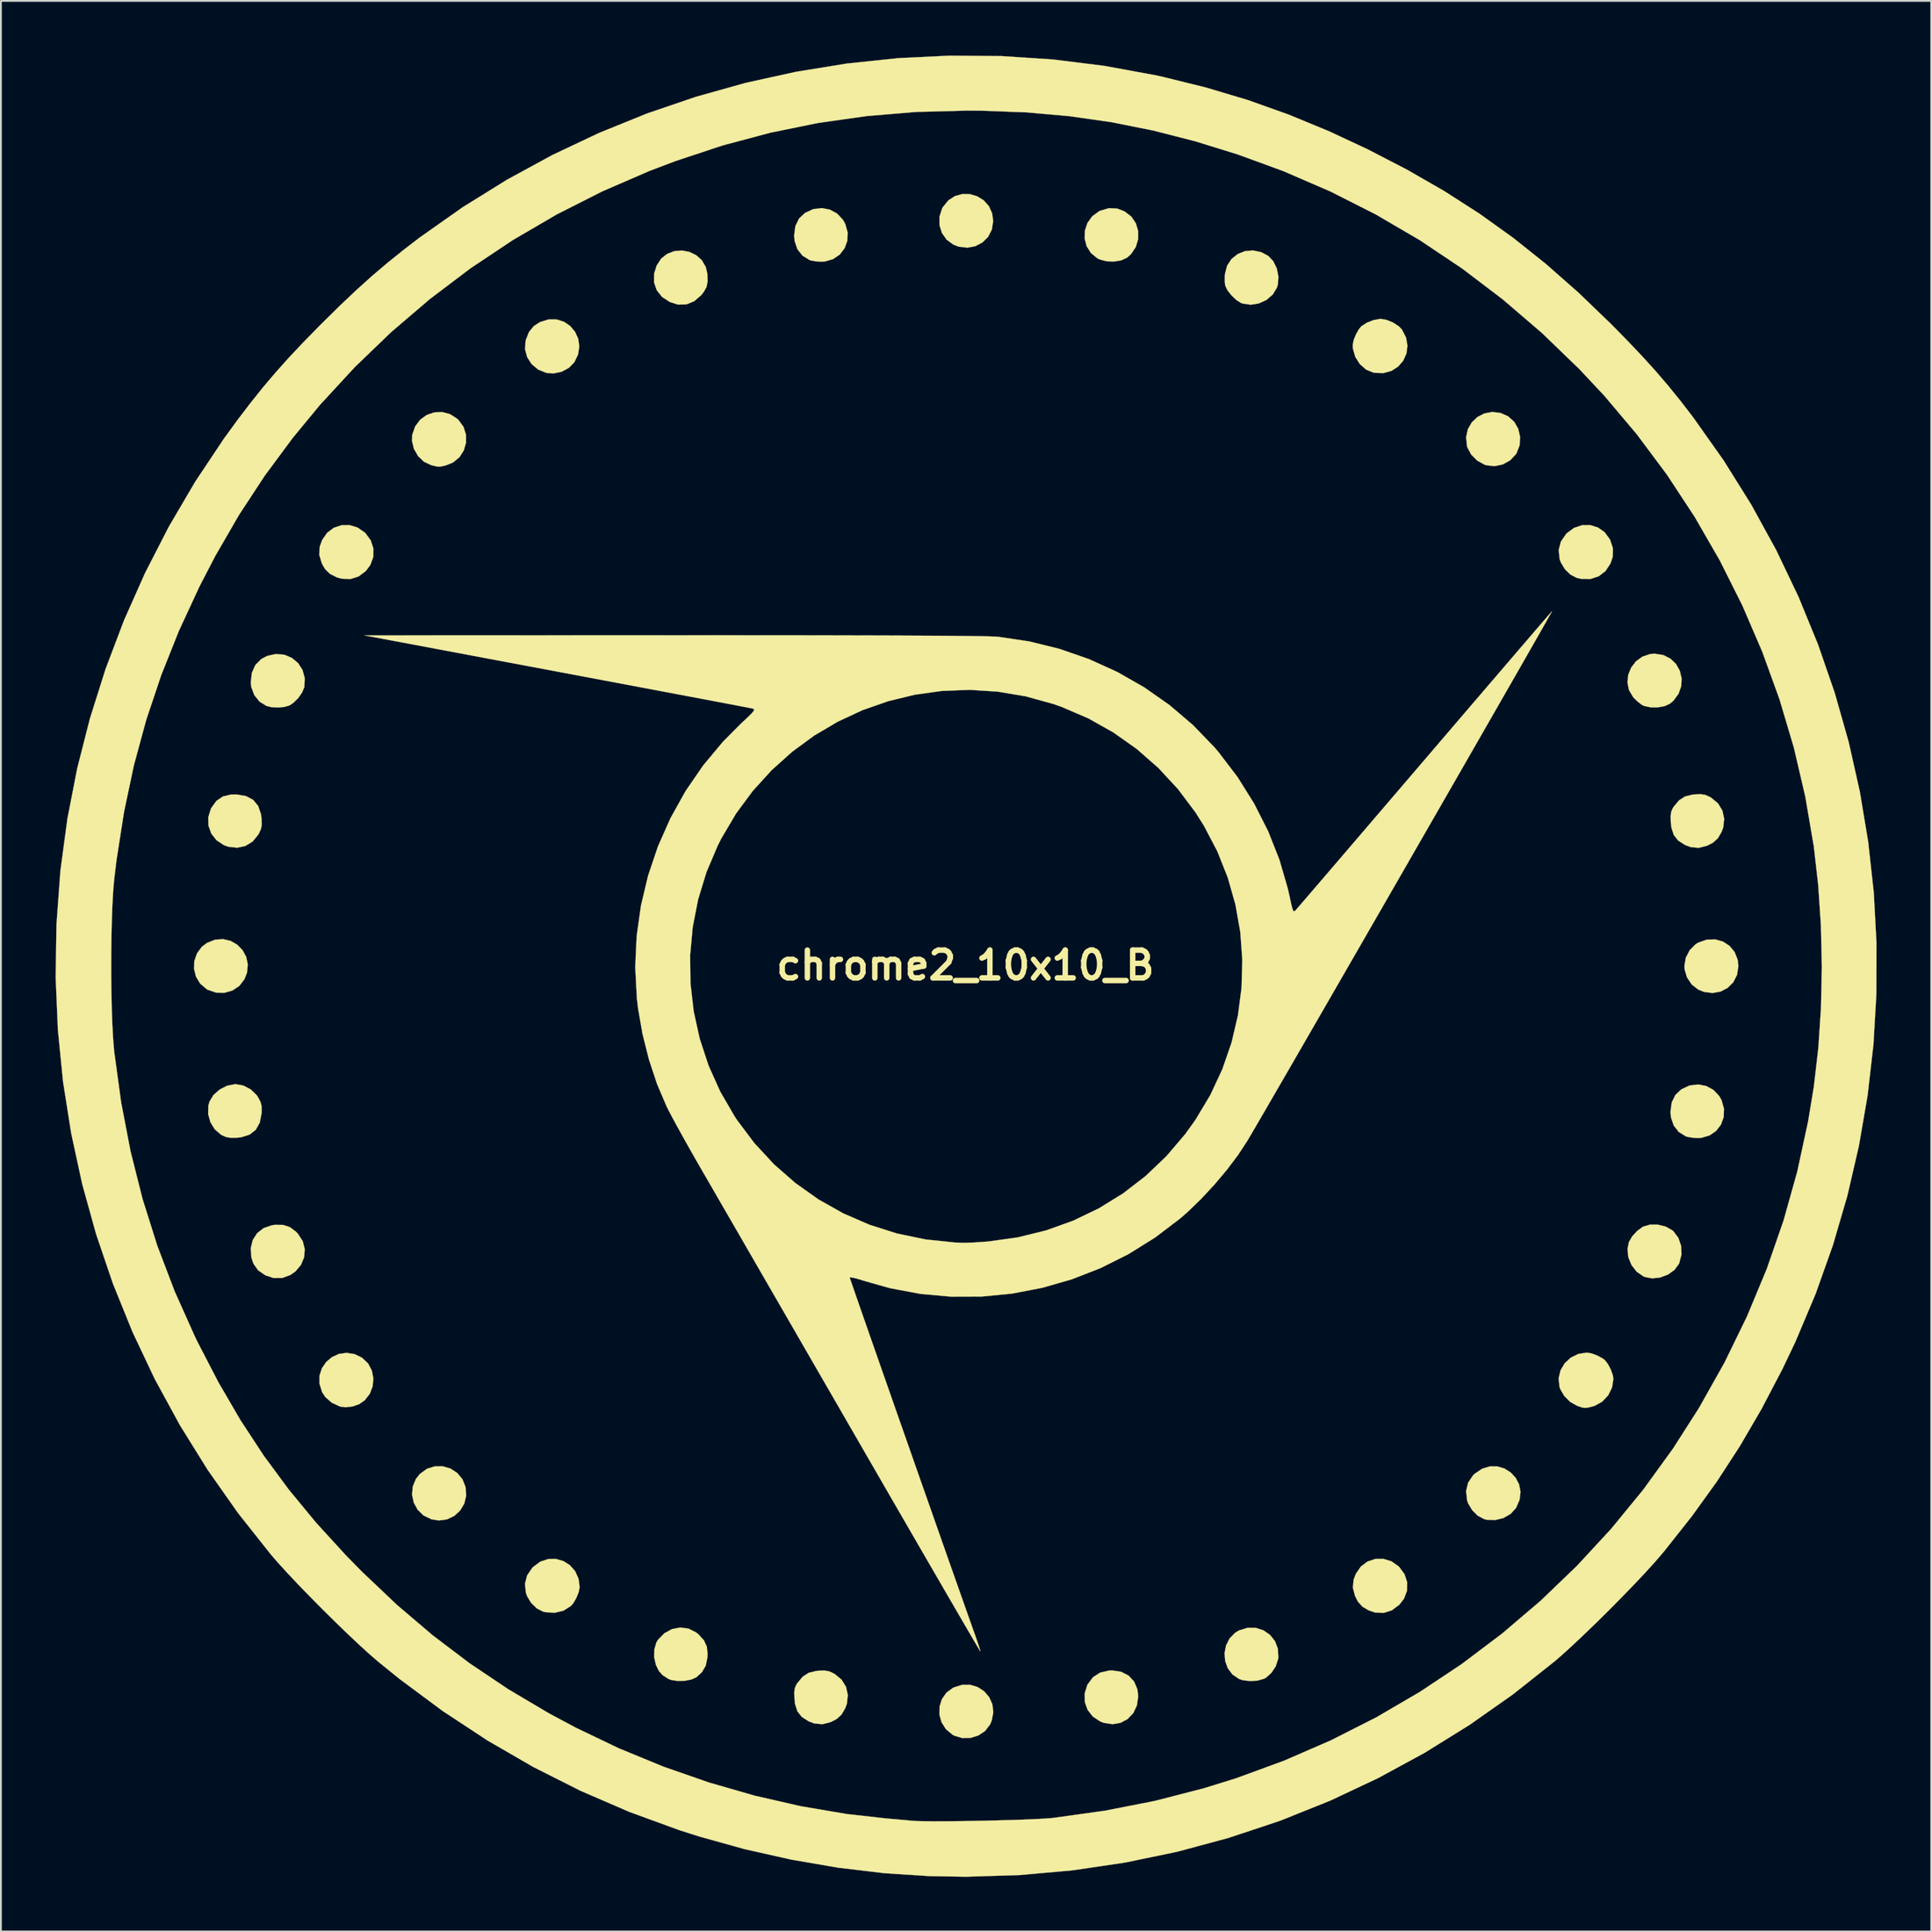
<source format=kicad_pcb>
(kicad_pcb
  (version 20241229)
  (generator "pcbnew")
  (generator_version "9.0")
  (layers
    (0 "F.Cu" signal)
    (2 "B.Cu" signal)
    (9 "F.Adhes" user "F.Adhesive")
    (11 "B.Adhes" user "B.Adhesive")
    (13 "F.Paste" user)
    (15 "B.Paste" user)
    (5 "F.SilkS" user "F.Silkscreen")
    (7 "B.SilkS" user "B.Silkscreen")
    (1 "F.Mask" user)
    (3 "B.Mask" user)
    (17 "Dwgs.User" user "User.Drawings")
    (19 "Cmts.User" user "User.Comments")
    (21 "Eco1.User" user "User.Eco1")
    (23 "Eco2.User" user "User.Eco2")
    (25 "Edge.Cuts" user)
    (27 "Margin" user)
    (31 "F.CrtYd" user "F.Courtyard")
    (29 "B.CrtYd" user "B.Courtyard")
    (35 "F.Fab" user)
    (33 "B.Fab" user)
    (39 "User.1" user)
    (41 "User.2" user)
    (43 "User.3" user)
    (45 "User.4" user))
  (footprint "chrome2_10x10_B"
    (layer "F.Cu")
    (at 49.927 49.923)
    (property "Reference" "chrome2_10x10_B" (at 0 0 0) (layer "F.SilkS") (effects (font (size 1.524 1.524) (thickness 0.3))))
    (attr through_hole)
    (fp_poly (pts (xy -28.258 27.615) (xy -27.888 27.855) (xy -27.6 28.202) (xy -27.433 28.615) (xy -27.394 29.096) (xy -27.499 29.537) (xy -27.725 29.917) (xy -28.048 30.213) (xy -28.446 30.403) (xy -28.895 30.465) (xy -29.302 30.399) (xy -29.733 30.19) (xy -30.059 29.874) (xy -30.272 29.484) (xy -30.364 29.052) (xy -30.328 28.609) (xy -30.155 28.187) (xy -29.936 27.91) (xy -29.55 27.63) (xy -29.121 27.494) (xy -28.68 27.492) (xy -28.258 27.615)) (stroke (width 0.01) (type solid)) (fill yes) (layer "F.SilkS"))
    (fp_poly (pts (xy -40.323 -1.341) (xy -39.961 -1.134) (xy -39.67 -0.837) (xy -39.469 -0.469) (xy -39.38 -0.051) (xy -39.422 0.397) (xy -39.565 0.765) (xy -39.848 1.133) (xy -40.226 1.383) (xy -40.663 1.508) (xy -41.124 1.497) (xy -41.573 1.342) (xy -41.636 1.306) (xy -41.992 1.004) (xy -42.222 0.623) (xy -42.328 0.196) (xy -42.309 -0.243) (xy -42.166 -0.659) (xy -41.898 -1.019) (xy -41.628 -1.224) (xy -41.177 -1.406) (xy -40.735 -1.438) (xy -40.323 -1.341)) (stroke (width 0.01) (type solid)) (fill yes) (layer "F.SilkS"))
    (fp_poly (pts (xy -37.439 14.247) (xy -37.075 14.363) (xy -36.746 14.609) (xy -36.624 14.737) (xy -36.364 15.138) (xy -36.254 15.575) (xy -36.288 16.018) (xy -36.46 16.435) (xy -36.765 16.797) (xy -37.044 16.994) (xy -37.496 17.158) (xy -37.971 17.157) (xy -38.418 17.009) (xy -38.814 16.735) (xy -39.073 16.366) (xy -39.181 16.036) (xy -39.217 15.526) (xy -39.106 15.071) (xy -38.864 14.695) (xy -38.506 14.418) (xy -38.049 14.262) (xy -37.892 14.242) (xy -37.439 14.247)) (stroke (width 0.01) (type solid)) (fill yes) (layer "F.SilkS"))
    (fp_poly (pts (xy -33.515 21.337) (xy -33.112 21.533) (xy -32.78 21.845) (xy -32.573 22.233) (xy -32.49 22.664) (xy -32.528 23.102) (xy -32.685 23.514) (xy -32.958 23.864) (xy -33.274 24.084) (xy -33.628 24.207) (xy -34.01 24.251) (xy -34.31 24.215) (xy -34.766 24.005) (xy -35.126 23.69) (xy -35.3 23.423) (xy -35.445 22.959) (xy -35.443 22.517) (xy -35.314 22.114) (xy -35.079 21.769) (xy -34.761 21.5) (xy -34.38 21.326) (xy -33.957 21.266) (xy -33.515 21.337)) (stroke (width 0.01) (type solid)) (fill yes) (layer "F.SilkS"))
    (fp_poly (pts (xy -33.355 -24.024) (xy -32.955 -23.745) (xy -32.925 -23.717) (xy -32.629 -23.313) (xy -32.486 -22.867) (xy -32.494 -22.409) (xy -32.656 -21.967) (xy -32.902 -21.64) (xy -33.301 -21.338) (xy -33.748 -21.197) (xy -34.236 -21.219) (xy -34.486 -21.289) (xy -34.872 -21.48) (xy -35.148 -21.757) (xy -35.316 -22.056) (xy -35.455 -22.521) (xy -35.431 -22.975) (xy -35.299 -23.341) (xy -35.023 -23.738) (xy -34.659 -24.01) (xy -34.238 -24.152) (xy -33.793 -24.158) (xy -33.355 -24.024)) (stroke (width 0.01) (type solid)) (fill yes) (layer "F.SilkS"))
    (fp_poly (pts (xy -22.432 -35.444) (xy -22.03 -35.316) (xy -21.686 -35.082) (xy -21.419 -34.763) (xy -21.247 -34.381) (xy -21.188 -33.957) (xy -21.259 -33.511) (xy -21.459 -33.097) (xy -21.758 -32.787) (xy -22.155 -32.575) (xy -22.6 -32.481) (xy -22.987 -32.509) (xy -23.438 -32.689) (xy -23.797 -32.985) (xy -24.046 -33.367) (xy -24.165 -33.804) (xy -24.135 -34.268) (xy -24.125 -34.31) (xy -23.948 -34.757) (xy -23.68 -35.083) (xy -23.341 -35.299) (xy -22.875 -35.445) (xy -22.432 -35.444)) (stroke (width 0.01) (type solid)) (fill yes) (layer "F.SilkS"))
    (fp_poly (pts (xy -15.143 -39.148) (xy -14.77 -38.968) (xy -14.462 -38.69) (xy -14.246 -38.318) (xy -14.16 -37.942) (xy -14.146 -37.534) (xy -14.208 -37.221) (xy -14.366 -36.94) (xy -14.499 -36.777) (xy -14.888 -36.441) (xy -15.317 -36.269) (xy -15.779 -36.261) (xy -16.214 -36.397) (xy -16.644 -36.677) (xy -16.937 -37.045) (xy -17.085 -37.479) (xy -17.081 -37.958) (xy -16.941 -38.405) (xy -16.688 -38.789) (xy -16.351 -39.05) (xy -15.962 -39.194) (xy -15.55 -39.225) (xy -15.143 -39.148)) (stroke (width 0.01) (type solid)) (fill yes) (layer "F.SilkS"))
    (fp_poly (pts (xy 0.249 -42.318) (xy 0.648 -42.201) (xy 1.002 -41.981) (xy 1.285 -41.666) (xy 1.468 -41.264) (xy 1.524 -40.841) (xy 1.449 -40.37) (xy 1.242 -39.972) (xy 0.929 -39.664) (xy 0.538 -39.462) (xy 0.096 -39.381) (xy -0.37 -39.438) (xy -0.658 -39.549) (xy -1.03 -39.821) (xy -1.288 -40.19) (xy -1.422 -40.622) (xy -1.423 -41.08) (xy -1.279 -41.528) (xy -1.236 -41.607) (xy -0.936 -41.977) (xy -0.57 -42.214) (xy -0.166 -42.325) (xy 0.249 -42.318)) (stroke (width 0.01) (type solid)) (fill yes) (layer "F.SilkS"))
    (fp_poly (pts (xy 8.547 38.767) (xy 8.955 38.976) (xy 9.258 39.304) (xy 9.439 39.732) (xy 9.483 40.116) (xy 9.41 40.618) (xy 9.209 41.038) (xy 8.904 41.359) (xy 8.518 41.566) (xy 8.076 41.642) (xy 7.602 41.572) (xy 7.399 41.494) (xy 6.993 41.225) (xy 6.708 40.859) (xy 6.554 40.429) (xy 6.543 39.966) (xy 6.685 39.503) (xy 6.709 39.455) (xy 7.002 39.065) (xy 7.389 38.815) (xy 7.874 38.702) (xy 8.052 38.694) (xy 8.547 38.767)) (stroke (width 0.01) (type solid)) (fill yes) (layer "F.SilkS"))
    (fp_poly (pts (xy 23.372 32.702) (xy 23.772 32.981) (xy 23.801 33.01) (xy 24.099 33.414) (xy 24.243 33.858) (xy 24.233 34.314) (xy 24.07 34.752) (xy 23.811 35.089) (xy 23.401 35.393) (xy 22.952 35.536) (xy 22.478 35.515) (xy 22.14 35.401) (xy 21.79 35.196) (xy 21.547 34.93) (xy 21.382 34.607) (xy 21.264 34.157) (xy 21.303 33.717) (xy 21.428 33.386) (xy 21.704 32.989) (xy 22.068 32.717) (xy 22.488 32.575) (xy 22.933 32.569) (xy 23.372 32.702)) (stroke (width 0.01) (type solid)) (fill yes) (layer "F.SilkS"))
    (fp_poly (pts (xy 41.568 -1.304) (xy 41.935 -1.066) (xy 42.215 -0.724) (xy 42.382 -0.295) (xy 42.418 0.042) (xy 42.344 0.523) (xy 42.138 0.927) (xy 41.828 1.237) (xy 41.439 1.44) (xy 40.999 1.519) (xy 40.533 1.459) (xy 40.213 1.329) (xy 39.856 1.05) (xy 39.598 0.663) (xy 39.466 0.216) (xy 39.455 0.042) (xy 39.532 -0.416) (xy 39.746 -0.831) (xy 40.07 -1.155) (xy 40.213 -1.244) (xy 40.681 -1.409) (xy 41.141 -1.424) (xy 41.568 -1.304)) (stroke (width 0.01) (type solid)) (fill yes) (layer "F.SilkS"))
    (fp_poly (pts (xy -37.369 -17.042) (xy -36.958 -16.868) (xy -36.62 -16.585) (xy -36.378 -16.211) (xy -36.256 -15.766) (xy -36.274 -15.281) (xy -36.395 -14.976) (xy -36.621 -14.657) (xy -36.904 -14.385) (xy -37.092 -14.262) (xy -37.368 -14.18) (xy -37.727 -14.148) (xy -38.091 -14.17) (xy -38.354 -14.234) (xy -38.738 -14.474) (xy -39.023 -14.83) (xy -39.186 -15.265) (xy -39.214 -15.523) (xy -39.157 -16.049) (xy -38.964 -16.48) (xy -38.643 -16.806) (xy -38.314 -16.979) (xy -37.829 -17.085) (xy -37.369 -17.042)) (stroke (width 0.01) (type solid)) (fill yes) (layer "F.SilkS"))
    (fp_poly (pts (xy -7.437 -41.469) (xy -7.037 -41.251) (xy -6.717 -40.908) (xy -6.595 -40.689) (xy -6.462 -40.218) (xy -6.479 -39.762) (xy -6.63 -39.349) (xy -6.896 -39.004) (xy -7.262 -38.754) (xy -7.71 -38.625) (xy -7.924 -38.613) (xy -8.219 -38.634) (xy -8.476 -38.679) (xy -8.551 -38.703) (xy -8.943 -38.945) (xy -9.221 -39.302) (xy -9.373 -39.753) (xy -9.398 -40.051) (xy -9.33 -40.567) (xy -9.127 -40.982) (xy -8.798 -41.29) (xy -8.349 -41.497) (xy -7.885 -41.554) (xy -7.437 -41.469)) (stroke (width 0.01) (type solid)) (fill yes) (layer "F.SilkS"))
    (fp_poly (pts (xy 0.682 39.609) (xy 1.035 39.843) (xy 1.307 40.164) (xy 1.48 40.552) (xy 1.532 40.986) (xy 1.445 41.446) (xy 1.355 41.656) (xy 1.085 42.011) (xy 0.714 42.261) (xy 0.282 42.396) (xy -0.171 42.404) (xy -0.607 42.274) (xy -0.71 42.218) (xy -1.072 41.913) (xy -1.311 41.533) (xy -1.426 41.111) (xy -1.419 40.679) (xy -1.29 40.268) (xy -1.041 39.912) (xy -0.672 39.642) (xy -0.652 39.632) (xy -0.181 39.483) (xy 0.27 39.483) (xy 0.682 39.609)) (stroke (width 0.01) (type solid)) (fill yes) (layer "F.SilkS"))
    (fp_poly (pts (xy 8.332 -41.527) (xy 8.729 -41.374) (xy 9.102 -41.091) (xy 9.353 -40.722) (xy 9.48 -40.3) (xy 9.48 -39.856) (xy 9.353 -39.424) (xy 9.095 -39.037) (xy 8.868 -38.831) (xy 8.553 -38.686) (xy 8.153 -38.621) (xy 7.731 -38.639) (xy 7.352 -38.742) (xy 7.245 -38.795) (xy 6.885 -39.092) (xy 6.652 -39.467) (xy 6.544 -39.887) (xy 6.559 -40.32) (xy 6.695 -40.733) (xy 6.951 -41.095) (xy 7.323 -41.373) (xy 7.399 -41.409) (xy 7.874 -41.55) (xy 8.332 -41.527)) (stroke (width 0.01) (type solid)) (fill yes) (layer "F.SilkS"))
    (fp_poly (pts (xy 29.194 27.498) (xy 29.583 27.615) (xy 29.925 27.831) (xy 30.199 28.127) (xy 30.385 28.488) (xy 30.462 28.896) (xy 30.41 29.335) (xy 30.215 29.777) (xy 29.922 30.101) (xy 29.527 30.328) (xy 29.076 30.441) (xy 28.613 30.425) (xy 28.47 30.39) (xy 28.121 30.206) (xy 27.813 29.903) (xy 27.59 29.53) (xy 27.528 29.347) (xy 27.477 28.844) (xy 27.587 28.389) (xy 27.854 27.992) (xy 27.945 27.903) (xy 28.355 27.625) (xy 28.778 27.496) (xy 29.194 27.498)) (stroke (width 0.01) (type solid)) (fill yes) (layer "F.SilkS"))
    (fp_poly (pts (xy 29.357 -30.314) (xy 29.777 -30.13) (xy 30.114 -29.83) (xy 30.338 -29.437) (xy 30.44 -28.992) (xy 30.412 -28.535) (xy 30.246 -28.106) (xy 30.211 -28.051) (xy 29.893 -27.711) (xy 29.486 -27.486) (xy 29.035 -27.392) (xy 28.582 -27.443) (xy 28.501 -27.469) (xy 28.087 -27.696) (xy 27.755 -28.028) (xy 27.546 -28.422) (xy 27.523 -28.499) (xy 27.477 -28.983) (xy 27.573 -29.421) (xy 27.788 -29.795) (xy 28.098 -30.089) (xy 28.479 -30.285) (xy 28.907 -30.366) (xy 29.357 -30.314)) (stroke (width 0.01) (type solid)) (fill yes) (layer "F.SilkS"))
    (fp_poly (pts (xy 34.712 -24.026) (xy 35.081 -23.764) (xy 35.365 -23.377) (xy 35.383 -23.341) (xy 35.535 -22.874) (xy 35.523 -22.42) (xy 35.401 -22.056) (xy 35.125 -21.636) (xy 34.753 -21.349) (xy 34.305 -21.203) (xy 33.801 -21.206) (xy 33.55 -21.261) (xy 33.205 -21.439) (xy 32.899 -21.736) (xy 32.675 -22.106) (xy 32.607 -22.304) (xy 32.559 -22.797) (xy 32.676 -23.25) (xy 32.957 -23.662) (xy 33.01 -23.717) (xy 33.406 -24.007) (xy 33.843 -24.153) (xy 34.288 -24.157) (xy 34.712 -24.026)) (stroke (width 0.01) (type solid)) (fill yes) (layer "F.SilkS"))
    (fp_poly (pts (xy 40.654 6.622) (xy 41.053 6.84) (xy 41.373 7.182) (xy 41.495 7.402) (xy 41.628 7.873) (xy 41.611 8.328) (xy 41.461 8.742) (xy 41.195 9.087) (xy 40.829 9.337) (xy 40.381 9.466) (xy 40.167 9.477) (xy 39.872 9.457) (xy 39.615 9.411) (xy 39.539 9.388) (xy 39.148 9.146) (xy 38.869 8.789) (xy 38.717 8.337) (xy 38.693 8.039) (xy 38.76 7.523) (xy 38.964 7.108) (xy 39.293 6.801) (xy 39.741 6.594) (xy 40.206 6.537) (xy 40.654 6.622)) (stroke (width 0.01) (type solid)) (fill yes) (layer "F.SilkS"))
    (fp_poly (pts (xy -39.473 -9.286) (xy -39.082 -9.076) (xy -38.81 -8.745) (xy -38.656 -8.294) (xy -38.625 -8.048) (xy -38.615 -7.725) (xy -38.655 -7.486) (xy -38.761 -7.249) (xy -38.809 -7.166) (xy -39.118 -6.791) (xy -39.512 -6.551) (xy -39.963 -6.453) (xy -40.441 -6.506) (xy -40.692 -6.597) (xy -41.098 -6.866) (xy -41.383 -7.232) (xy -41.536 -7.662) (xy -41.548 -8.125) (xy -41.406 -8.588) (xy -41.381 -8.636) (xy -41.102 -9.022) (xy -40.747 -9.265) (xy -40.299 -9.373) (xy -39.985 -9.376) (xy -39.473 -9.286)) (stroke (width 0.01) (type solid)) (fill yes) (layer "F.SilkS"))
    (fp_poly (pts (xy -22.063 32.691) (xy -21.701 32.92) (xy -21.414 33.249) (xy -21.228 33.666) (xy -21.169 34.121) (xy -21.22 34.389) (xy -21.347 34.708) (xy -21.513 34.999) (xy -21.645 35.155) (xy -22.06 35.415) (xy -22.542 35.531) (xy -23.056 35.496) (xy -23.177 35.465) (xy -23.521 35.288) (xy -23.828 34.99) (xy -24.052 34.62) (xy -24.12 34.423) (xy -24.167 33.929) (xy -24.05 33.477) (xy -23.769 33.065) (xy -23.717 33.01) (xy -23.326 32.722) (xy -22.902 32.581) (xy -22.472 32.574) (xy -22.063 32.691)) (stroke (width 0.01) (type solid)) (fill yes) (layer "F.SilkS"))
    (fp_poly (pts (xy 15.936 36.358) (xy 16.356 36.493) (xy 16.714 36.741) (xy 16.986 37.083) (xy 17.147 37.502) (xy 17.171 37.979) (xy 17.159 38.074) (xy 17.031 38.46) (xy 16.799 38.817) (xy 16.505 39.085) (xy 16.399 39.145) (xy 16.04 39.249) (xy 15.615 39.276) (xy 15.21 39.226) (xy 15.028 39.166) (xy 14.658 38.918) (xy 14.4 38.577) (xy 14.255 38.175) (xy 14.222 37.746) (xy 14.302 37.323) (xy 14.496 36.938) (xy 14.802 36.625) (xy 15.012 36.499) (xy 15.48 36.354) (xy 15.936 36.358)) (stroke (width 0.01) (type solid)) (fill yes) (layer "F.SilkS"))
    (fp_poly (pts (xy -28.276 -30.245) (xy -27.877 -29.985) (xy -27.816 -29.927) (xy -27.54 -29.545) (xy -27.406 -29.118) (xy -27.404 -28.678) (xy -27.526 -28.257) (xy -27.762 -27.887) (xy -28.105 -27.6) (xy -28.491 -27.441) (xy -28.731 -27.383) (xy -28.891 -27.363) (xy -29.051 -27.382) (xy -29.287 -27.441) (xy -29.323 -27.451) (xy -29.714 -27.637) (xy -30.035 -27.946) (xy -30.261 -28.338) (xy -30.368 -28.774) (xy -30.353 -29.118) (xy -30.192 -29.578) (xy -29.918 -29.942) (xy -29.56 -30.2) (xy -29.147 -30.343) (xy -28.709 -30.361) (xy -28.276 -30.245)) (stroke (width 0.01) (type solid)) (fill yes) (layer "F.SilkS"))
    (fp_poly (pts (xy 37.999 14.232) (xy 38.428 14.338) (xy 38.791 14.539) (xy 38.849 14.589) (xy 39.125 14.956) (xy 39.276 15.4) (xy 39.294 15.877) (xy 39.171 16.343) (xy 39.153 16.382) (xy 38.908 16.715) (xy 38.552 16.969) (xy 38.13 17.129) (xy 37.689 17.178) (xy 37.275 17.1) (xy 37.211 17.073) (xy 36.836 16.813) (xy 36.553 16.448) (xy 36.379 16.019) (xy 36.333 15.567) (xy 36.412 15.182) (xy 36.589 14.876) (xy 36.862 14.577) (xy 37.169 14.352) (xy 37.186 14.343) (xy 37.564 14.231) (xy 37.999 14.232)) (stroke (width 0.01) (type solid)) (fill yes) (layer "F.SilkS"))
    (fp_poly (pts (xy 38.3 -17.026) (xy 38.695 -16.827) (xy 38.999 -16.53) (xy 39.204 -16.162) (xy 39.301 -15.751) (xy 39.281 -15.324) (xy 39.137 -14.907) (xy 38.86 -14.529) (xy 38.665 -14.36) (xy 38.378 -14.227) (xy 38.003 -14.158) (xy 37.609 -14.157) (xy 37.262 -14.227) (xy 37.123 -14.292) (xy 36.89 -14.471) (xy 36.664 -14.693) (xy 36.643 -14.718) (xy 36.414 -15.106) (xy 36.33 -15.525) (xy 36.375 -15.947) (xy 36.536 -16.342) (xy 36.799 -16.682) (xy 37.149 -16.938) (xy 37.571 -17.081) (xy 37.822 -17.101) (xy 38.3 -17.026)) (stroke (width 0.01) (type solid)) (fill yes) (layer "F.SilkS"))
    (fp_poly (pts (xy -15.2 36.397) (xy -14.782 36.604) (xy -14.652 36.709) (xy -14.352 37.039) (xy -14.191 37.383) (xy -14.148 37.797) (xy -14.157 37.977) (xy -14.249 38.429) (xy -14.458 38.787) (xy -14.759 39.064) (xy -15.032 39.19) (xy -15.398 39.26) (xy -15.79 39.27) (xy -16.14 39.218) (xy -16.298 39.157) (xy -16.614 38.954) (xy -16.822 38.722) (xy -16.98 38.397) (xy -16.984 38.387) (xy -17.078 37.971) (xy -17.068 37.541) (xy -16.959 37.16) (xy -16.871 37.011) (xy -16.514 36.649) (xy -16.096 36.424) (xy -15.648 36.338) (xy -15.2 36.397)) (stroke (width 0.01) (type solid)) (fill yes) (layer "F.SilkS"))
    (fp_poly (pts (xy 16.24 -39.132) (xy 16.617 -38.931) (xy 16.896 -38.637) (xy 17.087 -38.242) (xy 17.175 -37.8) (xy 17.147 -37.363) (xy 17.097 -37.195) (xy 16.868 -36.813) (xy 16.525 -36.517) (xy 16.109 -36.324) (xy 15.66 -36.251) (xy 15.219 -36.315) (xy 15.111 -36.355) (xy 14.858 -36.519) (xy 14.597 -36.768) (xy 14.38 -37.046) (xy 14.258 -37.298) (xy 14.257 -37.302) (xy 14.233 -37.514) (xy 14.234 -37.805) (xy 14.244 -37.942) (xy 14.363 -38.395) (xy 14.605 -38.763) (xy 14.942 -39.032) (xy 15.346 -39.192) (xy 15.788 -39.229) (xy 16.24 -39.132)) (stroke (width 0.01) (type solid)) (fill yes) (layer "F.SilkS"))
    (fp_poly (pts (xy 23.115 -35.418) (xy 23.471 -35.27) (xy 23.784 -35.067) (xy 23.951 -34.896) (xy 24.18 -34.451) (xy 24.257 -34) (xy 24.2 -33.568) (xy 24.023 -33.177) (xy 23.743 -32.853) (xy 23.375 -32.619) (xy 22.936 -32.499) (xy 22.441 -32.516) (xy 22.383 -32.527) (xy 21.982 -32.695) (xy 21.644 -32.993) (xy 21.397 -33.384) (xy 21.267 -33.832) (xy 21.254 -34.036) (xy 21.305 -34.305) (xy 21.431 -34.623) (xy 21.598 -34.914) (xy 21.729 -35.07) (xy 22.026 -35.262) (xy 22.397 -35.408) (xy 22.751 -35.474) (xy 22.788 -35.475) (xy 23.115 -35.418)) (stroke (width 0.01) (type solid)) (fill yes) (layer "F.SilkS"))
    (fp_poly (pts (xy -39.622 6.597) (xy -39.217 6.81) (xy -38.89 7.128) (xy -38.809 7.25) (xy -38.679 7.503) (xy -38.621 7.733) (xy -38.618 8.021) (xy -38.625 8.132) (xy -38.725 8.639) (xy -38.943 9.025) (xy -39.28 9.289) (xy -39.737 9.434) (xy -39.985 9.461) (xy -40.326 9.464) (xy -40.576 9.421) (xy -40.81 9.316) (xy -40.845 9.296) (xy -41.189 9.003) (xy -41.43 8.61) (xy -41.554 8.162) (xy -41.543 7.703) (xy -41.481 7.477) (xy -41.261 7.115) (xy -40.921 6.814) (xy -40.51 6.605) (xy -40.075 6.522) (xy -40.053 6.521) (xy -39.622 6.597)) (stroke (width 0.01) (type solid)) (fill yes) (layer "F.SilkS"))
    (fp_poly (pts (xy -7.486 38.74) (xy -7.249 38.846) (xy -7.166 38.893) (xy -6.792 39.202) (xy -6.551 39.597) (xy -6.452 40.046) (xy -6.504 40.521) (xy -6.594 40.767) (xy -6.799 41.117) (xy -7.065 41.36) (xy -7.388 41.526) (xy -7.847 41.644) (xy -8.296 41.601) (xy -8.616 41.477) (xy -8.981 41.24) (xy -9.219 40.937) (xy -9.348 40.536) (xy -9.382 40.219) (xy -9.39 39.89) (xy -9.36 39.665) (xy -9.28 39.479) (xy -9.215 39.378) (xy -8.924 39.032) (xy -8.598 38.823) (xy -8.184 38.722) (xy -8.048 38.709) (xy -7.725 38.7) (xy -7.486 38.74)) (stroke (width 0.01) (type solid)) (fill yes) (layer "F.SilkS"))
    (fp_poly (pts (xy 40.605 -9.351) (xy 40.842 -9.245) (xy 40.925 -9.197) (xy 41.298 -8.889) (xy 41.539 -8.494) (xy 41.639 -8.044) (xy 41.587 -7.57) (xy 41.497 -7.324) (xy 41.292 -6.974) (xy 41.026 -6.731) (xy 40.703 -6.565) (xy 40.244 -6.446) (xy 39.795 -6.489) (xy 39.475 -6.613) (xy 39.109 -6.851) (xy 38.872 -7.154) (xy 38.743 -7.554) (xy 38.708 -7.872) (xy 38.701 -8.2) (xy 38.731 -8.426) (xy 38.811 -8.612) (xy 38.876 -8.713) (xy 39.167 -9.059) (xy 39.493 -9.267) (xy 39.907 -9.368) (xy 40.043 -9.381) (xy 40.366 -9.391) (xy 40.605 -9.351)) (stroke (width 0.01) (type solid)) (fill yes) (layer "F.SilkS"))
    (fp_poly (pts (xy 34.363 21.298) (xy 34.677 21.415) (xy 34.966 21.57) (xy 35.082 21.657) (xy 35.255 21.874) (xy 35.415 22.179) (xy 35.527 22.493) (xy 35.558 22.691) (xy 35.484 23.169) (xy 35.272 23.597) (xy 34.948 23.942) (xy 34.538 24.169) (xy 34.418 24.206) (xy 34.162 24.268) (xy 33.993 24.287) (xy 33.837 24.262) (xy 33.616 24.188) (xy 33.57 24.172) (xy 33.188 23.958) (xy 32.86 23.629) (xy 32.637 23.239) (xy 32.6 23.125) (xy 32.555 22.662) (xy 32.658 22.224) (xy 32.888 21.836) (xy 33.222 21.527) (xy 33.638 21.324) (xy 34.102 21.252) (xy 34.363 21.298)) (stroke (width 0.01) (type solid)) (fill yes) (layer "F.SilkS"))
    (fp_poly (pts (xy 1.962 -49.895) (xy 4.793 -49.71) (xy 7.614 -49.36) (xy 10.418 -48.846) (xy 10.837 -48.754) (xy 13.217 -48.166) (xy 15.507 -47.48) (xy 17.748 -46.682) (xy 19.982 -45.758) (xy 22.056 -44.789) (xy 24.235 -43.662) (xy 26.277 -42.488) (xy 28.21 -41.247) (xy 30.062 -39.919) (xy 31.86 -38.484) (xy 33.633 -36.923) (xy 35.395 -35.228) (xy 36.318 -34.29) (xy 37.136 -33.428) (xy 37.876 -32.612) (xy 38.563 -31.81) (xy 39.226 -30.993) (xy 39.891 -30.13) (xy 39.935 -30.073) (xy 41.605 -27.712) (xy 43.126 -25.278) (xy 44.497 -22.778) (xy 45.717 -20.22) (xy 46.787 -17.609) (xy 47.705 -14.952) (xy 48.47 -12.256) (xy 49.082 -9.529) (xy 49.541 -6.775) (xy 49.846 -4.004) (xy 49.996 -1.22) (xy 49.99 1.569) (xy 49.828 4.356) (xy 49.509 7.135) (xy 49.033 9.899) (xy 48.399 12.641) (xy 47.606 15.354) (xy 46.654 18.033) (xy 45.542 20.669) (xy 44.822 22.179) (xy 43.691 24.339) (xy 42.505 26.374) (xy 41.238 28.325) (xy 39.863 30.234) (xy 38.354 32.141) (xy 38.221 32.3) (xy 37.803 32.784) (xy 37.282 33.356) (xy 36.682 33.992) (xy 36.026 34.669) (xy 35.34 35.363) (xy 34.647 36.049) (xy 33.97 36.703) (xy 33.334 37.303) (xy 32.762 37.823) (xy 32.343 38.187) (xy 30.049 40.005) (xy 27.665 41.682) (xy 25.197 43.215) (xy 22.649 44.6) (xy 20.029 45.834) (xy 17.342 46.913) (xy 17.185 46.971) (xy 14.416 47.89) (xy 11.607 48.646) (xy 8.762 49.236) (xy 5.885 49.662) (xy 2.981 49.921) (xy 0.054 50.013) (xy -1.99 49.979) (xy -4.473 49.817) (xy -7.008 49.513) (xy -9.562 49.073) (xy -12.105 48.502) (xy -14.605 47.806) (xy -15.706 47.455) (xy -18.443 46.455) (xy -21.109 45.303) (xy -23.704 43.996) (xy -26.226 42.537) (xy -28.676 40.925) (xy -31.052 39.161) (xy -32.216 38.219) (xy -32.703 37.798) (xy -33.278 37.273) (xy -33.918 36.67) (xy -34.597 36.013) (xy -35.293 35.325) (xy -35.98 34.63) (xy -36.635 33.954) (xy -37.233 33.318) (xy -37.751 32.749) (xy -38.103 32.343) (xy -39.916 30.054) (xy -41.585 27.68) (xy -43.108 25.228) (xy -44.483 22.704) (xy -45.708 20.113) (xy -46.781 17.464) (xy -47.7 14.76) (xy -48.464 12.01) (xy -49.069 9.219) (xy -49.516 6.393) (xy -49.8 3.539) (xy -49.922 0.663) (xy -49.919 0.452) (xy -46.874 0.452) (xy -46.864 1.448) (xy -46.843 2.4) (xy -46.811 3.277) (xy -46.768 4.05) (xy -46.715 4.687) (xy -46.709 4.741) (xy -46.33 7.518) (xy -45.813 10.206) (xy -45.155 12.819) (xy -44.35 15.374) (xy -43.394 17.885) (xy -42.283 20.367) (xy -42.121 20.701) (xy -40.984 22.894) (xy -39.786 24.952) (xy -38.506 26.904) (xy -37.125 28.776) (xy -35.624 30.595) (xy -33.984 32.388) (xy -33.112 33.277) (xy -31.192 35.098) (xy -29.23 36.768) (xy -27.204 38.304) (xy -25.088 39.723) (xy -22.86 41.043) (xy -21.378 41.836) (xy -19.016 42.967) (xy -16.581 43.969) (xy -14.092 44.837) (xy -11.571 45.564) (xy -9.036 46.144) (xy -6.509 46.573) (xy -4.318 46.818) (xy -3.882 46.855) (xy -3.481 46.891) (xy -3.159 46.92) (xy -2.963 46.94) (xy -2.698 46.957) (xy -2.288 46.967) (xy -1.759 46.972) (xy -1.133 46.971) (xy -0.437 46.965) (xy 0.306 46.954) (xy 1.07 46.94) (xy 1.831 46.921) (xy 2.566 46.9) (xy 3.248 46.877) (xy 3.853 46.851) (xy 4.358 46.823) (xy 4.737 46.795) (xy 4.826 46.785) (xy 7.652 46.391) (xy 10.394 45.853) (xy 13.057 45.168) (xy 14.835 44.617) (xy 17.483 43.647) (xy 20.054 42.53) (xy 22.543 41.269) (xy 24.943 39.868) (xy 27.25 38.332) (xy 29.459 36.664) (xy 31.564 34.87) (xy 33.56 32.953) (xy 35.441 30.917) (xy 37.202 28.768) (xy 38.838 26.508) (xy 40.251 24.299) (xy 41.654 21.804) (xy 42.895 19.257) (xy 43.975 16.66) (xy 44.894 14.013) (xy 45.65 11.315) (xy 46.245 8.566) (xy 46.561 6.646) (xy 46.805 4.54) (xy 46.951 2.338) (xy 46.998 0.083) (xy 46.947 -2.181) (xy 46.798 -4.414) (xy 46.558 -6.519) (xy 46.092 -9.249) (xy 45.463 -11.945) (xy 44.675 -14.598) (xy 43.732 -17.199) (xy 42.639 -19.741) (xy 41.4 -22.214) (xy 40.019 -24.61) (xy 38.5 -26.921) (xy 36.847 -29.137) (xy 35.065 -31.252) (xy 33.697 -32.712) (xy 31.638 -34.7) (xy 29.489 -36.543) (xy 27.252 -38.243) (xy 24.929 -39.797) (xy 22.519 -41.206) (xy 20.025 -42.468) (xy 17.446 -43.583) (xy 14.948 -44.497) (xy 12.598 -45.224) (xy 10.294 -45.813) (xy 8.004 -46.27) (xy 5.693 -46.6) (xy 3.33 -46.808) (xy 0.881 -46.899) (xy 0.085 -46.904) (xy -2.705 -46.83) (xy -5.426 -46.603) (xy -8.095 -46.223) (xy -10.723 -45.687) (xy -13.326 -44.991) (xy -15.915 -44.133) (xy -17.35 -43.588) (xy -19.923 -42.473) (xy -22.419 -41.21) (xy -24.83 -39.803) (xy -27.151 -38.256) (xy -29.376 -36.573) (xy -31.499 -34.761) (xy -33.513 -32.822) (xy -35.413 -30.762) (xy -36.905 -28.954) (xy -38.445 -26.875) (xy -39.859 -24.72) (xy -41.165 -22.462) (xy -42.033 -20.786) (xy -43.159 -18.356) (xy -44.129 -15.926) (xy -44.951 -13.474) (xy -45.63 -10.977) (xy -46.172 -8.414) (xy -46.585 -5.763) (xy -46.708 -4.741) (xy -46.763 -4.121) (xy -46.807 -3.362) (xy -46.84 -2.494) (xy -46.862 -1.549) (xy -46.873 -0.557) (xy -46.874 0.452) (xy -49.919 0.452) (xy -49.878 -2.229) (xy -49.666 -5.131) (xy -49.654 -5.249) (xy -49.279 -8.038) (xy -48.739 -10.811) (xy -48.038 -13.558) (xy -47.181 -16.269) (xy -46.171 -18.933) (xy -45.012 -21.539) (xy -43.709 -24.076) (xy -42.267 -26.535) (xy -40.688 -28.903) (xy -39.927 -29.948) (xy -39.226 -30.865) (xy -38.55 -31.71) (xy -37.867 -32.516) (xy -37.149 -33.32) (xy -36.364 -34.155) (xy -35.484 -35.056) (xy -35.311 -35.229) (xy -34.331 -36.194) (xy -33.422 -37.054) (xy -32.55 -37.839) (xy -31.681 -38.577) (xy -30.783 -39.298) (xy -29.93 -39.951) (xy -27.588 -41.601) (xy -25.163 -43.107) (xy -22.663 -44.468) (xy -20.095 -45.682) (xy -17.467 -46.747) (xy -14.787 -47.661) (xy -12.062 -48.424) (xy -9.3 -49.032) (xy -6.509 -49.485) (xy -3.697 -49.781) (xy -0.87 -49.918) (xy 1.962 -49.895)) (stroke (width 0.01) (type solid)) (fill yes) (layer "F.SilkS"))
    (fp_poly (pts (xy 32.157 -19.371) (xy 32.047 -19.172) (xy 31.862 -18.844) (xy 31.607 -18.394) (xy 31.286 -17.831) (xy 30.905 -17.164) (xy 30.469 -16.4) (xy 29.981 -15.549) (xy 29.448 -14.619) (xy 28.874 -13.618) (xy 28.264 -12.554) (xy 27.622 -11.436) (xy 26.954 -10.273) (xy 26.265 -9.073) (xy 25.558 -7.844) (xy 24.84 -6.595) (xy 24.115 -5.333) (xy 23.387 -4.069) (xy 22.662 -2.809) (xy 21.944 -1.563) (xy 21.239 -0.339) (xy 20.551 0.855) (xy 19.885 2.011) (xy 19.245 3.119) (xy 18.638 4.172) (xy 18.067 5.161) (xy 17.537 6.077) (xy 17.053 6.913) (xy 16.621 7.659) (xy 16.245 8.307) (xy 15.929 8.85) (xy 15.679 9.278) (xy 15.499 9.583) (xy 15.467 9.638) (xy 14.967 10.4) (xy 14.357 11.21) (xy 13.67 12.027) (xy 12.941 12.813) (xy 12.203 13.527) (xy 11.788 13.89) (xy 10.407 14.94) (xy 8.949 15.848) (xy 7.423 16.612) (xy 5.843 17.229) (xy 4.219 17.696) (xy 2.565 18.013) (xy 0.89 18.176) (xy -0.792 18.182) (xy -2.47 18.03) (xy -4.132 17.718) (xy -5.492 17.334) (xy -5.841 17.226) (xy -6.122 17.152) (xy -6.301 17.12) (xy -6.35 17.128) (xy -6.323 17.214) (xy -6.243 17.447) (xy -6.115 17.817) (xy -5.944 18.311) (xy -5.733 18.918) (xy -5.485 19.627) (xy -5.207 20.426) (xy -4.9 21.302) (xy -4.571 22.245) (xy -4.221 23.242) (xy -3.857 24.283) (xy -3.481 25.355) (xy -3.098 26.446) (xy -2.713 27.546) (xy -2.328 28.642) (xy -1.948 29.722) (xy -1.578 30.776) (xy -1.221 31.79) (xy -0.882 32.755) (xy -0.564 33.657) (xy -0.272 34.486) (xy -0.009 35.229) (xy 0.219 35.875) (xy 0.41 36.413) (xy 0.542 36.783) (xy 0.663 37.13) (xy 0.757 37.412) (xy 0.812 37.595) (xy 0.82 37.646) (xy 0.776 37.577) (xy 0.652 37.368) (xy 0.452 37.028) (xy 0.181 36.565) (xy -0.156 35.986) (xy -0.556 35.298) (xy -1.014 34.51) (xy -1.525 33.629) (xy -2.085 32.663) (xy -2.689 31.62) (xy -3.333 30.507) (xy -4.012 29.332) (xy -4.723 28.102) (xy -5.46 26.826) (xy -6.053 25.798) (xy -6.837 24.441) (xy -7.614 23.095) (xy -8.38 21.769) (xy -9.128 20.473) (xy -9.852 19.218) (xy -10.547 18.015) (xy -11.207 16.872) (xy -11.826 15.801) (xy -12.397 14.811) (xy -12.916 13.913) (xy -13.377 13.117) (xy -13.772 12.432) (xy -14.097 11.87) (xy -14.346 11.44) (xy -14.426 11.303) (xy -14.802 10.649) (xy -15.171 9.999) (xy -15.519 9.378) (xy -15.832 8.811) (xy -16.097 8.322) (xy -16.299 7.938) (xy -16.395 7.747) (xy -16.92 6.514) (xy -17.365 5.172) (xy -17.717 3.77) (xy -17.964 2.356) (xy -18.03 1.79) (xy -18.117 0.093) (xy -18.088 -0.555) (xy -15.105 -0.555) (xy -15.087 0.986) (xy -14.912 2.518) (xy -14.58 4.027) (xy -14.094 5.502) (xy -13.453 6.931) (xy -12.658 8.3) (xy -12.541 8.478) (xy -11.581 9.757) (xy -10.508 10.916) (xy -9.329 11.948) (xy -8.056 12.85) (xy -6.696 13.615) (xy -5.261 14.238) (xy -3.758 14.715) (xy -2.198 15.041) (xy -0.59 15.209) (xy -0.127 15.228) (xy 0.134 15.224) (xy 0.509 15.207) (xy 0.94 15.179) (xy 1.266 15.153) (xy 2.872 14.929) (xy 4.422 14.548) (xy 5.907 14.016) (xy 7.319 13.338) (xy 8.649 12.519) (xy 9.888 11.563) (xy 11.028 10.477) (xy 12.061 9.264) (xy 12.625 8.478) (xy 13.44 7.118) (xy 14.1 5.701) (xy 14.606 4.238) (xy 14.957 2.742) (xy 15.154 1.225) (xy 15.196 -0.302) (xy 15.085 -1.826) (xy 14.818 -3.335) (xy 14.397 -4.817) (xy 13.822 -6.261) (xy 13.092 -7.654) (xy 12.625 -8.393) (xy 11.668 -9.669) (xy 10.59 -10.832) (xy 9.403 -11.872) (xy 8.116 -12.782) (xy 6.742 -13.554) (xy 5.289 -14.179) (xy 4.826 -14.342) (xy 3.304 -14.762) (xy 1.773 -15.019) (xy 0.244 -15.117) (xy -1.273 -15.059) (xy -2.766 -14.852) (xy -4.225 -14.499) (xy -5.639 -14.005) (xy -6.998 -13.374) (xy -8.291 -12.611) (xy -9.506 -11.721) (xy -10.635 -10.707) (xy -11.665 -9.575) (xy -12.586 -8.329) (xy -13.388 -6.973) (xy -13.59 -6.573) (xy -14.209 -5.115) (xy -14.667 -3.618) (xy -14.965 -2.094) (xy -15.105 -0.555) (xy -18.088 -0.555) (xy -18.04 -1.6) (xy -17.804 -3.276) (xy -17.412 -4.923) (xy -16.871 -6.527) (xy -16.184 -8.077) (xy -15.357 -9.56) (xy -14.395 -10.963) (xy -13.302 -12.273) (xy -12.303 -13.278) (xy -11.972 -13.587) (xy -11.752 -13.802) (xy -11.629 -13.941) (xy -11.589 -14.024) (xy -11.617 -14.069) (xy -11.687 -14.093) (xy -11.795 -14.115) (xy -12.059 -14.166) (xy -12.469 -14.245) (xy -13.016 -14.348) (xy -13.688 -14.476) (xy -14.475 -14.625) (xy -15.368 -14.794) (xy -16.357 -14.98) (xy -17.43 -15.183) (xy -18.579 -15.399) (xy -19.792 -15.628) (xy -21.06 -15.866) (xy -22.372 -16.113) (xy -22.437 -16.125) (xy -32.978 -18.106) (xy -16.032 -18.112) (xy -13.694 -18.113) (xy -11.517 -18.112) (xy -9.502 -18.111) (xy -7.65 -18.108) (xy -5.96 -18.104) (xy -4.435 -18.1) (xy -3.073 -18.094) (xy -1.877 -18.088) (xy -0.846 -18.081) (xy 0.018 -18.072) (xy 0.716 -18.063) (xy 1.246 -18.053) (xy 1.608 -18.041) (xy 1.79 -18.03) (xy 3.497 -17.776) (xy 5.166 -17.365) (xy 6.783 -16.803) (xy 8.336 -16.098) (xy 9.813 -15.255) (xy 11.201 -14.282) (xy 12.488 -13.185) (xy 13.661 -11.97) (xy 13.899 -11.691) (xy 14.935 -10.33) (xy 15.842 -8.88) (xy 16.611 -7.363) (xy 17.232 -5.796) (xy 17.695 -4.2) (xy 17.79 -3.776) (xy 17.875 -3.382) (xy 17.937 -3.13) (xy 17.987 -2.998) (xy 18.036 -2.96) (xy 18.093 -2.994) (xy 18.122 -3.023) (xy 18.194 -3.106) (xy 18.369 -3.309) (xy 18.641 -3.625) (xy 19.002 -4.046) (xy 19.447 -4.564) (xy 19.968 -5.171) (xy 20.558 -5.86) (xy 21.211 -6.622) (xy 21.919 -7.449) (xy 22.677 -8.334) (xy 23.477 -9.269) (xy 24.313 -10.245) (xy 25.146 -11.218) (xy 26.01 -12.228) (xy 26.845 -13.204) (xy 27.644 -14.138) (xy 28.402 -15.022) (xy 29.11 -15.848) (xy 29.762 -16.609) (xy 30.351 -17.296) (xy 30.871 -17.902) (xy 31.314 -18.419) (xy 31.675 -18.838) (xy 31.945 -19.152) (xy 32.119 -19.352) (xy 32.188 -19.431) (xy 32.157 -19.371)) (stroke (width 0.01) (type solid)) (fill yes) (layer "F.SilkS")))
  (gr_rect
    (start -3 -3)
    (end 102.927 102.942)
    (stroke (width 0.1) (type default))
    (fill no)
    (layer "Edge.Cuts")))
</source>
